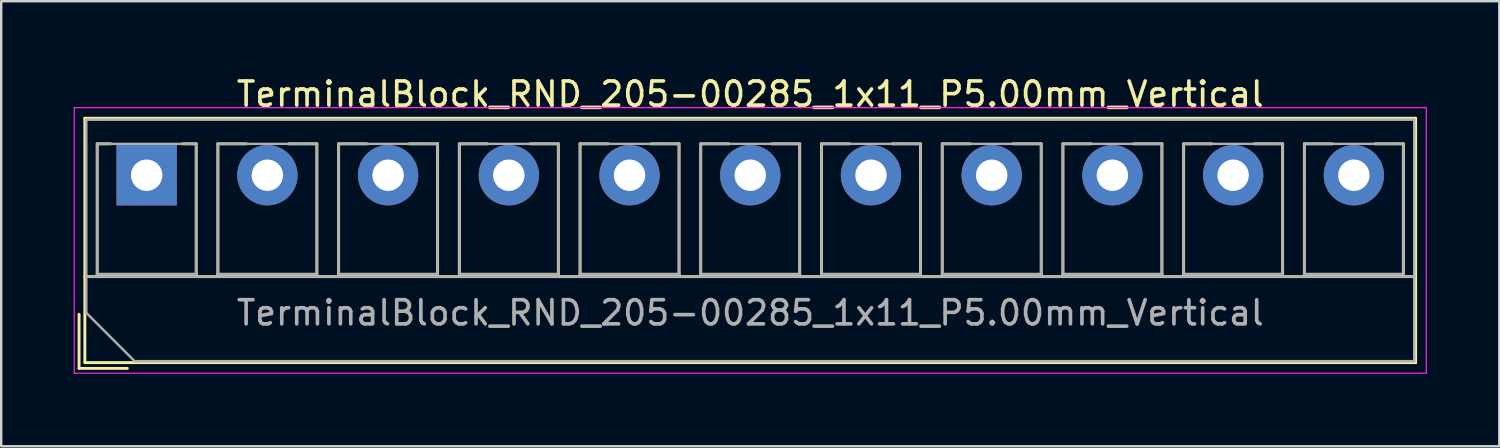
<source format=kicad_pcb>
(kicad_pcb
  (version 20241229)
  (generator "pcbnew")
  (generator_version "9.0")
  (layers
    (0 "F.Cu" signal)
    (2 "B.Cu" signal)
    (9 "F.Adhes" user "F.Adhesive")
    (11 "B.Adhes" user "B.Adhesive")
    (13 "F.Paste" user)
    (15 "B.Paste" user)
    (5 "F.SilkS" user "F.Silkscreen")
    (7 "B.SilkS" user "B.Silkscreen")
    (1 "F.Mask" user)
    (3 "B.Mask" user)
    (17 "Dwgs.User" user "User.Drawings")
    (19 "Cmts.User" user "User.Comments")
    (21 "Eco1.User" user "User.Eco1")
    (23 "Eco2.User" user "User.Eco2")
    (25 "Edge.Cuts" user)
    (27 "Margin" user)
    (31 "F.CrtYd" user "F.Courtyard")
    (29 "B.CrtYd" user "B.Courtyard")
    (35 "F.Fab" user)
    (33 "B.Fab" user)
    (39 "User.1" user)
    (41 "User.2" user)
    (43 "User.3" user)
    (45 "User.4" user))
  (footprint "TerminalBlock_RND_205-00285_1x11_P5.00mm_Vertical"
    (layer "F.Cu")
    (at 3.025 4.208)
    (property "Reference" "TerminalBlock_RND_205-00285_1x11_P5.00mm_Vertical" (at 25 -3.36 0) (layer "F.SilkS") (effects (font (size 1 1) (thickness 0.15))))
    (attr through_hole)
    (fp_line (start -2.8 5.76) (end -2.8 8) (stroke (width 0.12) (type solid)) (layer "F.SilkS"))
    (fp_line (start -2.8 8) (end -0.8 8) (stroke (width 0.12) (type solid)) (layer "F.SilkS"))
    (fp_line (start -2.56 -2.36) (end -2.56 7.76) (stroke (width 0.12) (type solid)) (layer "F.SilkS"))
    (fp_line (start -2.56 -2.36) (end 52.56 -2.36) (stroke (width 0.12) (type solid)) (layer "F.SilkS"))
    (fp_line (start -2.56 4.2) (end 52.56 4.2) (stroke (width 0.12) (type solid)) (layer "F.SilkS"))
    (fp_line (start -2.56 7.76) (end 52.56 7.76) (stroke (width 0.12) (type solid)) (layer "F.SilkS"))
    (fp_line (start -2.05 -1.3) (end -2.05 4.1) (stroke (width 0.12) (type solid)) (layer "F.SilkS"))
    (fp_line (start -2.05 -1.3) (end -1.49 -1.3) (stroke (width 0.12) (type solid)) (layer "F.SilkS"))
    (fp_line (start -2.05 4.1) (end 2.05 4.1) (stroke (width 0.12) (type solid)) (layer "F.SilkS"))
    (fp_line (start 1.49 -1.3) (end 2.05 -1.3) (stroke (width 0.12) (type solid)) (layer "F.SilkS"))
    (fp_line (start 2.05 -1.3) (end 2.05 4.1) (stroke (width 0.12) (type solid)) (layer "F.SilkS"))
    (fp_line (start 2.95 -1.3) (end 2.95 4.1) (stroke (width 0.12) (type solid)) (layer "F.SilkS"))
    (fp_line (start 2.95 -1.3) (end 4.117 -1.3) (stroke (width 0.12) (type solid)) (layer "F.SilkS"))
    (fp_line (start 2.95 4.1) (end 7.05 4.1) (stroke (width 0.12) (type solid)) (layer "F.SilkS"))
    (fp_line (start 5.884 -1.3) (end 7.05 -1.3) (stroke (width 0.12) (type solid)) (layer "F.SilkS"))
    (fp_line (start 7.05 -1.3) (end 7.05 4.1) (stroke (width 0.12) (type solid)) (layer "F.SilkS"))
    (fp_line (start 7.95 -1.3) (end 7.95 4.1) (stroke (width 0.12) (type solid)) (layer "F.SilkS"))
    (fp_line (start 7.95 -1.3) (end 9.117 -1.3) (stroke (width 0.12) (type solid)) (layer "F.SilkS"))
    (fp_line (start 7.95 4.1) (end 12.05 4.1) (stroke (width 0.12) (type solid)) (layer "F.SilkS"))
    (fp_line (start 10.884 -1.3) (end 12.05 -1.3) (stroke (width 0.12) (type solid)) (layer "F.SilkS"))
    (fp_line (start 12.05 -1.3) (end 12.05 4.1) (stroke (width 0.12) (type solid)) (layer "F.SilkS"))
    (fp_line (start 12.95 -1.3) (end 12.95 4.1) (stroke (width 0.12) (type solid)) (layer "F.SilkS"))
    (fp_line (start 12.95 -1.3) (end 14.117 -1.3) (stroke (width 0.12) (type solid)) (layer "F.SilkS"))
    (fp_line (start 12.95 4.1) (end 17.05 4.1) (stroke (width 0.12) (type solid)) (layer "F.SilkS"))
    (fp_line (start 15.884 -1.3) (end 17.05 -1.3) (stroke (width 0.12) (type solid)) (layer "F.SilkS"))
    (fp_line (start 17.05 -1.3) (end 17.05 4.1) (stroke (width 0.12) (type solid)) (layer "F.SilkS"))
    (fp_line (start 17.95 -1.3) (end 17.95 4.1) (stroke (width 0.12) (type solid)) (layer "F.SilkS"))
    (fp_line (start 17.95 -1.3) (end 19.117 -1.3) (stroke (width 0.12) (type solid)) (layer "F.SilkS"))
    (fp_line (start 17.95 4.1) (end 22.05 4.1) (stroke (width 0.12) (type solid)) (layer "F.SilkS"))
    (fp_line (start 20.884 -1.3) (end 22.05 -1.3) (stroke (width 0.12) (type solid)) (layer "F.SilkS"))
    (fp_line (start 22.05 -1.3) (end 22.05 4.1) (stroke (width 0.12) (type solid)) (layer "F.SilkS"))
    (fp_line (start 22.95 -1.3) (end 22.95 4.1) (stroke (width 0.12) (type solid)) (layer "F.SilkS"))
    (fp_line (start 22.95 -1.3) (end 24.117 -1.3) (stroke (width 0.12) (type solid)) (layer "F.SilkS"))
    (fp_line (start 22.95 4.1) (end 27.05 4.1) (stroke (width 0.12) (type solid)) (layer "F.SilkS"))
    (fp_line (start 25.884 -1.3) (end 27.05 -1.3) (stroke (width 0.12) (type solid)) (layer "F.SilkS"))
    (fp_line (start 27.05 -1.3) (end 27.05 4.1) (stroke (width 0.12) (type solid)) (layer "F.SilkS"))
    (fp_line (start 27.95 -1.3) (end 27.95 4.1) (stroke (width 0.12) (type solid)) (layer "F.SilkS"))
    (fp_line (start 27.95 -1.3) (end 29.117 -1.3) (stroke (width 0.12) (type solid)) (layer "F.SilkS"))
    (fp_line (start 27.95 4.1) (end 32.05 4.1) (stroke (width 0.12) (type solid)) (layer "F.SilkS"))
    (fp_line (start 30.884 -1.3) (end 32.05 -1.3) (stroke (width 0.12) (type solid)) (layer "F.SilkS"))
    (fp_line (start 32.05 -1.3) (end 32.05 4.1) (stroke (width 0.12) (type solid)) (layer "F.SilkS"))
    (fp_line (start 32.95 -1.3) (end 32.95 4.1) (stroke (width 0.12) (type solid)) (layer "F.SilkS"))
    (fp_line (start 32.95 -1.3) (end 34.117 -1.3) (stroke (width 0.12) (type solid)) (layer "F.SilkS"))
    (fp_line (start 32.95 4.1) (end 37.05 4.1) (stroke (width 0.12) (type solid)) (layer "F.SilkS"))
    (fp_line (start 35.884 -1.3) (end 37.05 -1.3) (stroke (width 0.12) (type solid)) (layer "F.SilkS"))
    (fp_line (start 37.05 -1.3) (end 37.05 4.1) (stroke (width 0.12) (type solid)) (layer "F.SilkS"))
    (fp_line (start 37.95 -1.3) (end 37.95 4.1) (stroke (width 0.12) (type solid)) (layer "F.SilkS"))
    (fp_line (start 37.95 -1.3) (end 39.117 -1.3) (stroke (width 0.12) (type solid)) (layer "F.SilkS"))
    (fp_line (start 37.95 4.1) (end 42.05 4.1) (stroke (width 0.12) (type solid)) (layer "F.SilkS"))
    (fp_line (start 40.884 -1.3) (end 42.05 -1.3) (stroke (width 0.12) (type solid)) (layer "F.SilkS"))
    (fp_line (start 42.05 -1.3) (end 42.05 4.1) (stroke (width 0.12) (type solid)) (layer "F.SilkS"))
    (fp_line (start 42.95 -1.3) (end 42.95 4.1) (stroke (width 0.12) (type solid)) (layer "F.SilkS"))
    (fp_line (start 42.95 -1.3) (end 44.117 -1.3) (stroke (width 0.12) (type solid)) (layer "F.SilkS"))
    (fp_line (start 42.95 4.1) (end 47.05 4.1) (stroke (width 0.12) (type solid)) (layer "F.SilkS"))
    (fp_line (start 45.884 -1.3) (end 47.05 -1.3) (stroke (width 0.12) (type solid)) (layer "F.SilkS"))
    (fp_line (start 47.05 -1.3) (end 47.05 4.1) (stroke (width 0.12) (type solid)) (layer "F.SilkS"))
    (fp_line (start 47.95 -1.3) (end 47.95 4.1) (stroke (width 0.12) (type solid)) (layer "F.SilkS"))
    (fp_line (start 47.95 -1.3) (end 49.117 -1.3) (stroke (width 0.12) (type solid)) (layer "F.SilkS"))
    (fp_line (start 47.95 4.1) (end 52.05 4.1) (stroke (width 0.12) (type solid)) (layer "F.SilkS"))
    (fp_line (start 50.884 -1.3) (end 52.05 -1.3) (stroke (width 0.12) (type solid)) (layer "F.SilkS"))
    (fp_line (start 52.05 -1.3) (end 52.05 4.1) (stroke (width 0.12) (type solid)) (layer "F.SilkS"))
    (fp_line (start 52.56 -2.36) (end 52.56 7.76) (stroke (width 0.12) (type solid)) (layer "F.SilkS"))
    (fp_line (start -3 -2.8) (end -3 8.2) (stroke (width 0.05) (type solid)) (layer "F.CrtYd"))
    (fp_line (start -3 8.2) (end 53 8.2) (stroke (width 0.05) (type solid)) (layer "F.CrtYd"))
    (fp_line (start 53 -2.8) (end -3 -2.8) (stroke (width 0.05) (type solid)) (layer "F.CrtYd"))
    (fp_line (start 53 8.2) (end 53 -2.8) (stroke (width 0.05) (type solid)) (layer "F.CrtYd"))
    (fp_line (start -2.5 -2.3) (end 52.5 -2.3) (stroke (width 0.1) (type solid)) (layer "F.Fab"))
    (fp_line (start -2.5 4.2) (end 52.5 4.2) (stroke (width 0.1) (type solid)) (layer "F.Fab"))
    (fp_line (start -2.5 5.7) (end -2.5 -2.3) (stroke (width 0.1) (type solid)) (layer "F.Fab"))
    (fp_line (start -2.05 -1.3) (end -2.05 4.1) (stroke (width 0.1) (type solid)) (layer "F.Fab"))
    (fp_line (start -2.05 4.1) (end 2.05 4.1) (stroke (width 0.1) (type solid)) (layer "F.Fab"))
    (fp_line (start -0.5 7.7) (end -2.5 5.7) (stroke (width 0.1) (type solid)) (layer "F.Fab"))
    (fp_line (start 2.05 -1.3) (end -2.05 -1.3) (stroke (width 0.1) (type solid)) (layer "F.Fab"))
    (fp_line (start 2.05 4.1) (end 2.05 -1.3) (stroke (width 0.1) (type solid)) (layer "F.Fab"))
    (fp_line (start 2.95 -1.3) (end 2.95 4.1) (stroke (width 0.1) (type solid)) (layer "F.Fab"))
    (fp_line (start 2.95 4.1) (end 7.05 4.1) (stroke (width 0.1) (type solid)) (layer "F.Fab"))
    (fp_line (start 7.05 -1.3) (end 2.95 -1.3) (stroke (width 0.1) (type solid)) (layer "F.Fab"))
    (fp_line (start 7.05 4.1) (end 7.05 -1.3) (stroke (width 0.1) (type solid)) (layer "F.Fab"))
    (fp_line (start 7.95 -1.3) (end 7.95 4.1) (stroke (width 0.1) (type solid)) (layer "F.Fab"))
    (fp_line (start 7.95 4.1) (end 12.05 4.1) (stroke (width 0.1) (type solid)) (layer "F.Fab"))
    (fp_line (start 12.05 -1.3) (end 7.95 -1.3) (stroke (width 0.1) (type solid)) (layer "F.Fab"))
    (fp_line (start 12.05 4.1) (end 12.05 -1.3) (stroke (width 0.1) (type solid)) (layer "F.Fab"))
    (fp_line (start 12.95 -1.3) (end 12.95 4.1) (stroke (width 0.1) (type solid)) (layer "F.Fab"))
    (fp_line (start 12.95 4.1) (end 17.05 4.1) (stroke (width 0.1) (type solid)) (layer "F.Fab"))
    (fp_line (start 17.05 -1.3) (end 12.95 -1.3) (stroke (width 0.1) (type solid)) (layer "F.Fab"))
    (fp_line (start 17.05 4.1) (end 17.05 -1.3) (stroke (width 0.1) (type solid)) (layer "F.Fab"))
    (fp_line (start 17.95 -1.3) (end 17.95 4.1) (stroke (width 0.1) (type solid)) (layer "F.Fab"))
    (fp_line (start 17.95 4.1) (end 22.05 4.1) (stroke (width 0.1) (type solid)) (layer "F.Fab"))
    (fp_line (start 22.05 -1.3) (end 17.95 -1.3) (stroke (width 0.1) (type solid)) (layer "F.Fab"))
    (fp_line (start 22.05 4.1) (end 22.05 -1.3) (stroke (width 0.1) (type solid)) (layer "F.Fab"))
    (fp_line (start 22.95 -1.3) (end 22.95 4.1) (stroke (width 0.1) (type solid)) (layer "F.Fab"))
    (fp_line (start 22.95 4.1) (end 27.05 4.1) (stroke (width 0.1) (type solid)) (layer "F.Fab"))
    (fp_line (start 27.05 -1.3) (end 22.95 -1.3) (stroke (width 0.1) (type solid)) (layer "F.Fab"))
    (fp_line (start 27.05 4.1) (end 27.05 -1.3) (stroke (width 0.1) (type solid)) (layer "F.Fab"))
    (fp_line (start 27.95 -1.3) (end 27.95 4.1) (stroke (width 0.1) (type solid)) (layer "F.Fab"))
    (fp_line (start 27.95 4.1) (end 32.05 4.1) (stroke (width 0.1) (type solid)) (layer "F.Fab"))
    (fp_line (start 32.05 -1.3) (end 27.95 -1.3) (stroke (width 0.1) (type solid)) (layer "F.Fab"))
    (fp_line (start 32.05 4.1) (end 32.05 -1.3) (stroke (width 0.1) (type solid)) (layer "F.Fab"))
    (fp_line (start 32.95 -1.3) (end 32.95 4.1) (stroke (width 0.1) (type solid)) (layer "F.Fab"))
    (fp_line (start 32.95 4.1) (end 37.05 4.1) (stroke (width 0.1) (type solid)) (layer "F.Fab"))
    (fp_line (start 37.05 -1.3) (end 32.95 -1.3) (stroke (width 0.1) (type solid)) (layer "F.Fab"))
    (fp_line (start 37.05 4.1) (end 37.05 -1.3) (stroke (width 0.1) (type solid)) (layer "F.Fab"))
    (fp_line (start 37.95 -1.3) (end 37.95 4.1) (stroke (width 0.1) (type solid)) (layer "F.Fab"))
    (fp_line (start 37.95 4.1) (end 42.05 4.1) (stroke (width 0.1) (type solid)) (layer "F.Fab"))
    (fp_line (start 42.05 -1.3) (end 37.95 -1.3) (stroke (width 0.1) (type solid)) (layer "F.Fab"))
    (fp_line (start 42.05 4.1) (end 42.05 -1.3) (stroke (width 0.1) (type solid)) (layer "F.Fab"))
    (fp_line (start 42.95 -1.3) (end 42.95 4.1) (stroke (width 0.1) (type solid)) (layer "F.Fab"))
    (fp_line (start 42.95 4.1) (end 47.05 4.1) (stroke (width 0.1) (type solid)) (layer "F.Fab"))
    (fp_line (start 47.05 -1.3) (end 42.95 -1.3) (stroke (width 0.1) (type solid)) (layer "F.Fab"))
    (fp_line (start 47.05 4.1) (end 47.05 -1.3) (stroke (width 0.1) (type solid)) (layer "F.Fab"))
    (fp_line (start 47.95 -1.3) (end 47.95 4.1) (stroke (width 0.1) (type solid)) (layer "F.Fab"))
    (fp_line (start 47.95 4.1) (end 52.05 4.1) (stroke (width 0.1) (type solid)) (layer "F.Fab"))
    (fp_line (start 52.05 -1.3) (end 47.95 -1.3) (stroke (width 0.1) (type solid)) (layer "F.Fab"))
    (fp_line (start 52.05 4.1) (end 52.05 -1.3) (stroke (width 0.1) (type solid)) (layer "F.Fab"))
    (fp_line (start 52.5 -2.3) (end 52.5 7.7) (stroke (width 0.1) (type solid)) (layer "F.Fab"))
    (fp_line (start 52.5 7.7) (end -0.5 7.7) (stroke (width 0.1) (type solid)) (layer "F.Fab"))
    (fp_text user "${REFERENCE}" (at 25 5.7 0) (layer "F.Fab") (effects (font (size 1 1) (thickness 0.15))))
    (pad "1" thru_hole rect (at 0 0) (size 2.5 2.5) (drill 1.3) (layers "*.Cu" "*.Mask"))
    (pad "2" thru_hole circle (at 5 0) (size 2.5 2.5) (drill 1.3) (layers "*.Cu" "*.Mask"))
    (pad "3" thru_hole circle (at 10 0) (size 2.5 2.5) (drill 1.3) (layers "*.Cu" "*.Mask"))
    (pad "4" thru_hole circle (at 15 0) (size 2.5 2.5) (drill 1.3) (layers "*.Cu" "*.Mask"))
    (pad "5" thru_hole circle (at 20 0) (size 2.5 2.5) (drill 1.3) (layers "*.Cu" "*.Mask"))
    (pad "6" thru_hole circle (at 25 0) (size 2.5 2.5) (drill 1.3) (layers "*.Cu" "*.Mask"))
    (pad "7" thru_hole circle (at 30 0) (size 2.5 2.5) (drill 1.3) (layers "*.Cu" "*.Mask"))
    (pad "8" thru_hole circle (at 35 0) (size 2.5 2.5) (drill 1.3) (layers "*.Cu" "*.Mask"))
    (pad "9" thru_hole circle (at 40 0) (size 2.5 2.5) (drill 1.3) (layers "*.Cu" "*.Mask"))
    (pad "10" thru_hole circle (at 45 0) (size 2.5 2.5) (drill 1.3) (layers "*.Cu" "*.Mask"))
    (pad "11" thru_hole circle (at 50 0) (size 2.5 2.5) (drill 1.3) (layers "*.Cu" "*.Mask")))
  (gr_rect
    (start -3 -3)
    (end 59.05 15.433)
    (stroke (width 0.1) (type default))
    (fill no)
    (layer "Edge.Cuts")))
</source>
